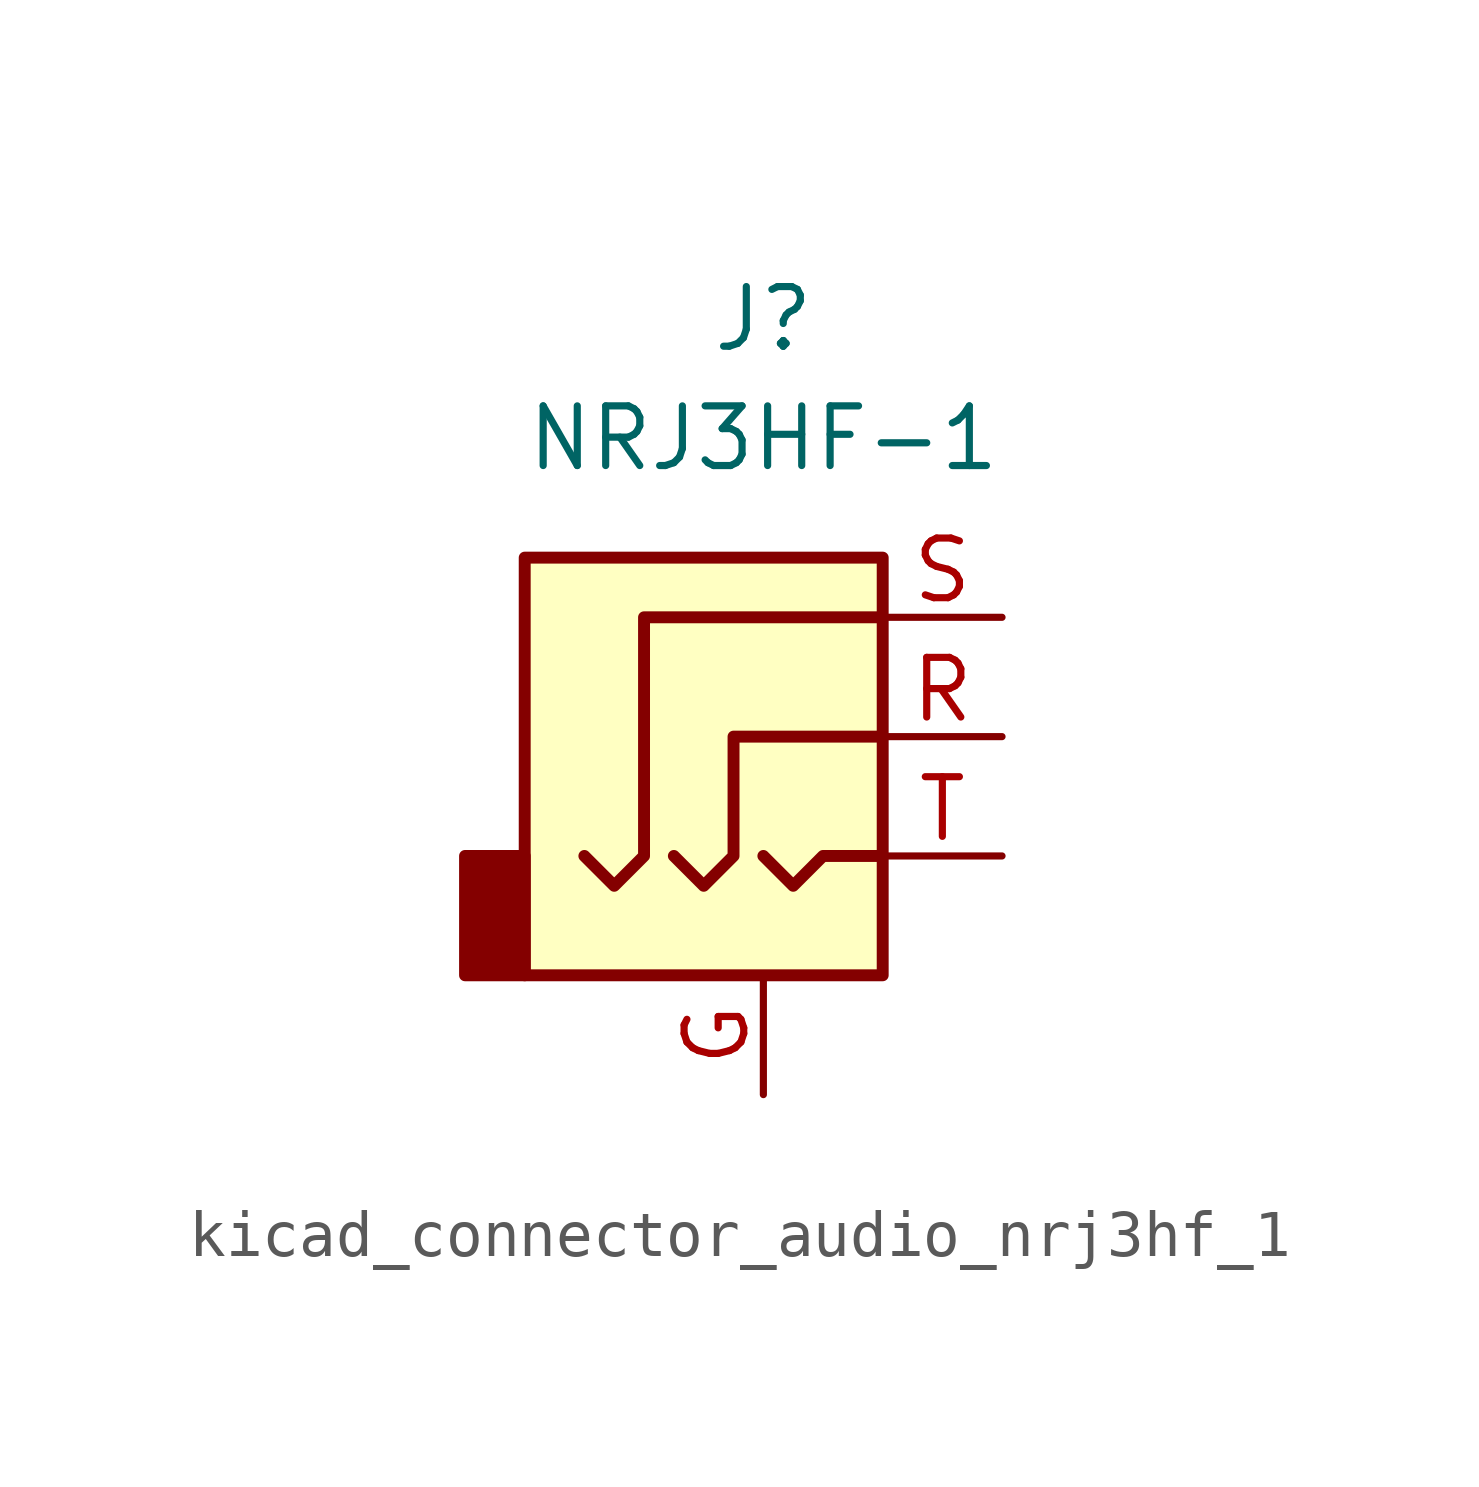
<source format=kicad_sym>
(kicad_symbol_lib
  (version 20220914)
  (generator kicad_symbol_editor)
  (symbol "kicad_connector_audio_nrj3hf_1"
    (property "Reference" "J"
      (at 0 8.89 0)
      (effects (font (size 1.27 1.27))))
    (property "Value" "NRJ3HF-1"
      (at 0 6.35 0)
      (effects (font (size 1.27 1.27))))
    (symbol "kicad_connector_audio_nrj3hf_1_0_1"
      (rectangle (start -5.08 -2.54) (end -6.35 -5.08) (stroke (width 0.254) (type default)) (fill (type outline)))
      (polyline (pts (xy 0 -2.54) (xy 0.635 -3.175) (xy 1.27 -2.54) (xy 2.54 -2.54)) (stroke (width 0.254) (type default)) (fill (type none)))
      (polyline (pts (xy -1.905 -2.54) (xy -1.27 -3.175) (xy -0.635 -2.54) (xy -0.635 0) (xy 2.54 0)) (stroke (width 0.254) (type default)) (fill (type none)))
      (polyline (pts (xy 2.54 2.54) (xy -2.54 2.54) (xy -2.54 -2.54) (xy -3.175 -3.175) (xy -3.81 -2.54)) (stroke (width 0.254) (type default)) (fill (type none)))
      (rectangle (start 2.54 3.81) (end -5.08 -5.08) (stroke (width 0.254) (type default)) (fill (type background))))
    (symbol "kicad_connector_audio_nrj3hf_1_1_1"
      (pin passive line (at 0 -7.62 90) (length 2.54) (name "~" (effects (font (size 1.27 1.27)))) (number "G" (effects (font (size 1.27 1.27)))))
      (pin passive line (at 5.08 0 180) (length 2.54) (name "~" (effects (font (size 1.27 1.27)))) (number "R" (effects (font (size 1.27 1.27)))))
      (pin passive line (at 5.08 2.54 180) (length 2.54) (name "~" (effects (font (size 1.27 1.27)))) (number "S" (effects (font (size 1.27 1.27)))))
      (pin passive line (at 5.08 -2.54 180) (length 2.54) (name "~" (effects (font (size 1.27 1.27)))) (number "T" (effects (font (size 1.27 1.27))))))))
</source>
